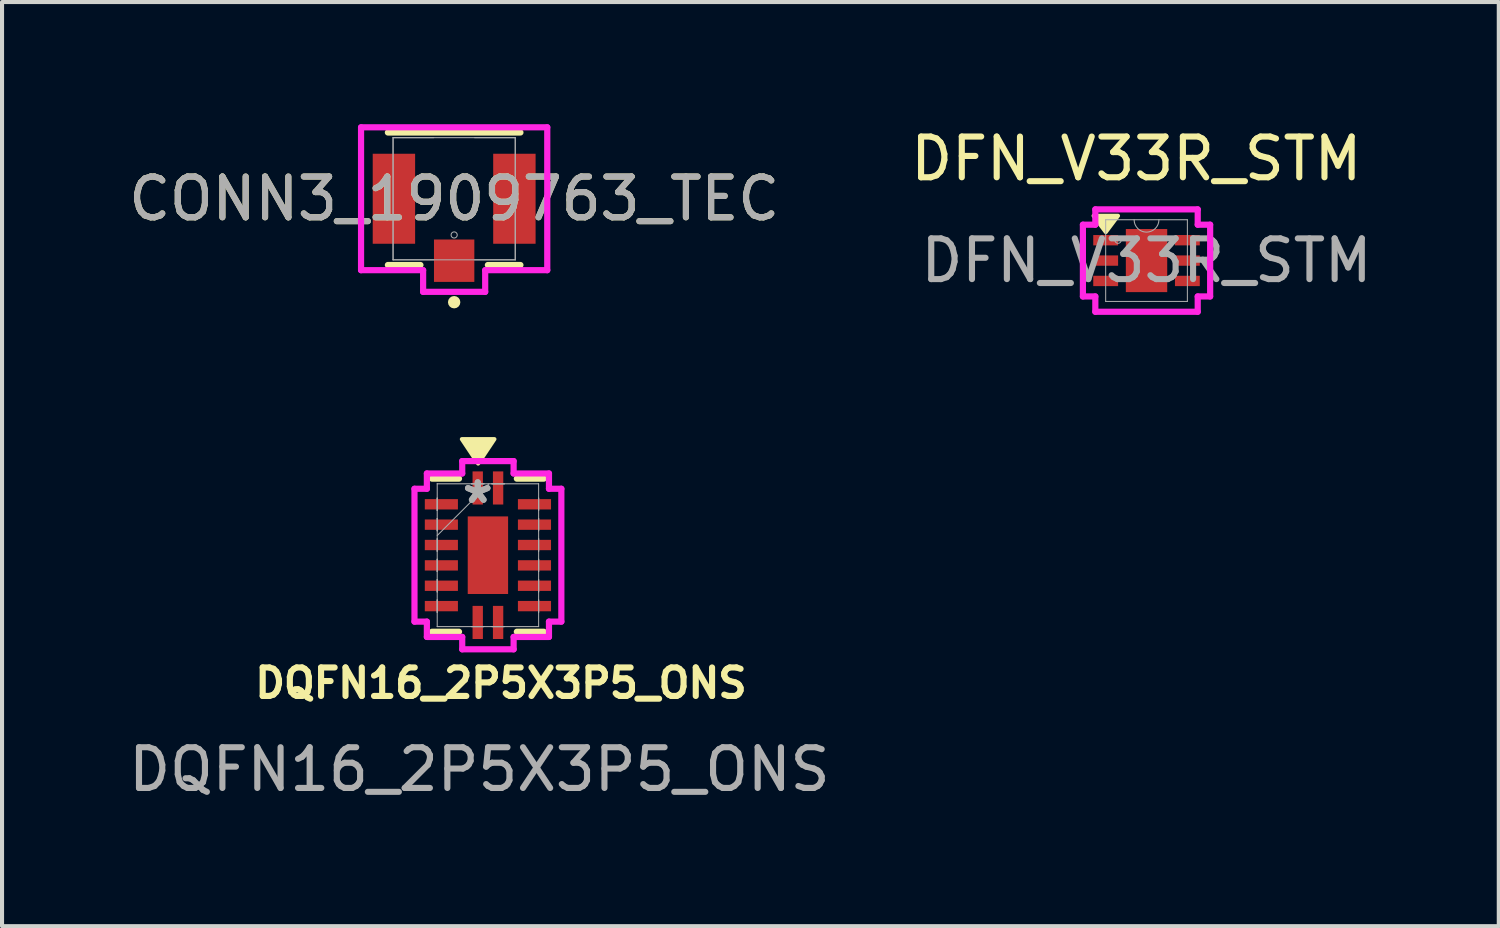
<source format=kicad_pcb>
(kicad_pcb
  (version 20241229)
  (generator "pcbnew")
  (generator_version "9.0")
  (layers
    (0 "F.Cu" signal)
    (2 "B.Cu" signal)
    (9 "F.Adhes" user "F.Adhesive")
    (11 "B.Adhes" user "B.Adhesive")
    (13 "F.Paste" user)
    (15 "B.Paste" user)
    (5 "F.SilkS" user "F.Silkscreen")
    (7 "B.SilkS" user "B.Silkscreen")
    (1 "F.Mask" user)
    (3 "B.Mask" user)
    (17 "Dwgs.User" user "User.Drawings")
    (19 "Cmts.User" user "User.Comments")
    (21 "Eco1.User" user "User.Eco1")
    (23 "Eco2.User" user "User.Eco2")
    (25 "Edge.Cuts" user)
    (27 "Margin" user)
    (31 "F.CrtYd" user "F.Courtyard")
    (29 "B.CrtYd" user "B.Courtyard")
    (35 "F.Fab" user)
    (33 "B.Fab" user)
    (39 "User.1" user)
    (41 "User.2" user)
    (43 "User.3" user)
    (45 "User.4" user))
  (footprint "CONN3_1909763_TEC"
    (layer "F.Cu")
    (at 8.101 1.83)
    (property "Reference" "CONN3_1909763_TEC" (at 0 0 0) (unlocked yes) (layer "F.SilkS") (effects (font (size 1 1) (thickness 0.15))))
    (attr smd)
    (fp_line (start -1.627 1.627) (end -0.828 1.627) (stroke (width 0.152) (type solid)) (layer "F.SilkS"))
    (fp_line (start 0.828 1.627) (end 1.627 1.627) (stroke (width 0.152) (type solid)) (layer "F.SilkS"))
    (fp_line (start 1.627 -1.627) (end -1.627 -1.627) (stroke (width 0.152) (type solid)) (layer "F.SilkS"))
    (fp_circle (center 0 2.54) (end 0.076 2.54) (stroke (width 0.152) (type solid)) (fill no) (layer "F.SilkS"))
    (fp_line (start -2.286 -1.754) (end 2.286 -1.754) (stroke (width 0.152) (type solid)) (layer "F.CrtYd"))
    (fp_line (start -2.286 1.754) (end -2.286 -1.754) (stroke (width 0.152) (type solid)) (layer "F.CrtYd"))
    (fp_line (start -2.286 1.754) (end -0.762 1.754) (stroke (width 0.152) (type solid)) (layer "F.CrtYd"))
    (fp_line (start -0.762 1.754) (end -0.762 2.286) (stroke (width 0.152) (type solid)) (layer "F.CrtYd"))
    (fp_line (start -0.762 2.286) (end 0.762 2.286) (stroke (width 0.152) (type solid)) (layer "F.CrtYd"))
    (fp_line (start 0.762 1.754) (end 0.762 2.286) (stroke (width 0.152) (type solid)) (layer "F.CrtYd"))
    (fp_line (start 2.286 1.754) (end 0.762 1.754) (stroke (width 0.152) (type solid)) (layer "F.CrtYd"))
    (fp_line (start 2.286 1.754) (end 2.286 -1.754) (stroke (width 0.152) (type solid)) (layer "F.CrtYd"))
    (fp_line (start -1.5 -1.5) (end -1.5 1.5) (stroke (width 0.025) (type solid)) (layer "F.Fab"))
    (fp_line (start -1.5 -1.5) (end -1.5 1.5) (stroke (width 0.025) (type solid)) (layer "F.Fab"))
    (fp_line (start -1.5 1.5) (end -0.5 1.5) (stroke (width 0.025) (type solid)) (layer "F.Fab"))
    (fp_line (start -1.5 1.5) (end 1.5 1.5) (stroke (width 0.025) (type solid)) (layer "F.Fab"))
    (fp_line (start -0.5 -1.5) (end -1.5 -1.5) (stroke (width 0.025) (type solid)) (layer "F.Fab"))
    (fp_line (start 0.5 1.5) (end 1.5 1.5) (stroke (width 0.025) (type solid)) (layer "F.Fab"))
    (fp_line (start 1.5 -1.5) (end -1.5 -1.5) (stroke (width 0.025) (type solid)) (layer "F.Fab"))
    (fp_line (start 1.5 -1.5) (end 0.5 -1.5) (stroke (width 0.025) (type solid)) (layer "F.Fab"))
    (fp_line (start 1.5 1.5) (end 1.5 -1.5) (stroke (width 0.025) (type solid)) (layer "F.Fab"))
    (fp_line (start 1.5 1.5) (end 1.5 -1.5) (stroke (width 0.025) (type solid)) (layer "F.Fab"))
    (fp_circle (center 0 0.889) (end 0.076 0.889) (stroke (width 0.025) (type solid)) (fill no) (layer "F.Fab"))
    (fp_text user "${REFERENCE}" (at 0 0 0) (unlocked yes) (layer "F.Fab") (effects (font (size 1 1) (thickness 0.15))))
    (pad "1" smd rect (at 0 1.521) (size 0.991 1.041) (layers "F.Cu" "F.Mask" "F.Paste"))
    (pad "2" smd rect (at -1.479 0) (size 1.041 2.21) (layers "F.Cu" "F.Mask" "F.Paste"))
    (pad "3" smd rect (at 1.479 0) (size 1.041 2.21) (layers "F.Cu" "F.Mask" "F.Paste")))
  (footprint "DQFN16_2P5X3P5_ONS"
    (layer "F.Cu")
    (at 8.93 10.582)
    (property "Reference" "DQFN16_2P5X3P5_ONS" (at 0.32 3.14 0) (unlocked yes) (layer "F.SilkS") (effects (font (size 0.7 0.7) (thickness 0.15))))
    (attr smd)
    (fp_line (start -1.372 1.88) (end -0.71 1.88) (stroke (width 0.152) (type solid)) (layer "F.SilkS"))
    (fp_line (start -0.71 -1.88) (end -1.372 -1.88) (stroke (width 0.152) (type solid)) (layer "F.SilkS"))
    (fp_line (start 0.71 1.88) (end 1.372 1.88) (stroke (width 0.152) (type solid)) (layer "F.SilkS"))
    (fp_line (start 1.372 -1.88) (end 0.71 -1.88) (stroke (width 0.152) (type solid)) (layer "F.SilkS"))
    (fp_poly (pts (xy -0.24 -2.25) (xy -0.64 -2.85) (xy 0.16 -2.85)) (stroke (width 0.1) (type solid)) (fill yes) (layer "F.SilkS"))
    (fp_line (start -1.803 -1.631) (end -1.499 -1.631) (stroke (width 0.152) (type solid)) (layer "F.CrtYd"))
    (fp_line (start -1.803 1.631) (end -1.803 -1.631) (stroke (width 0.152) (type solid)) (layer "F.CrtYd"))
    (fp_line (start -1.499 -2.007) (end -0.631 -2.007) (stroke (width 0.152) (type solid)) (layer "F.CrtYd"))
    (fp_line (start -1.499 -1.631) (end -1.499 -2.007) (stroke (width 0.152) (type solid)) (layer "F.CrtYd"))
    (fp_line (start -1.499 1.631) (end -1.803 1.631) (stroke (width 0.152) (type solid)) (layer "F.CrtYd"))
    (fp_line (start -1.499 2.007) (end -1.499 1.631) (stroke (width 0.152) (type solid)) (layer "F.CrtYd"))
    (fp_line (start -0.631 -2.311) (end 0.631 -2.311) (stroke (width 0.152) (type solid)) (layer "F.CrtYd"))
    (fp_line (start -0.631 -2.007) (end -0.631 -2.311) (stroke (width 0.152) (type solid)) (layer "F.CrtYd"))
    (fp_line (start -0.631 2.007) (end -1.499 2.007) (stroke (width 0.152) (type solid)) (layer "F.CrtYd"))
    (fp_line (start -0.631 2.311) (end -0.631 2.007) (stroke (width 0.152) (type solid)) (layer "F.CrtYd"))
    (fp_line (start 0.631 -2.311) (end 0.631 -2.007) (stroke (width 0.152) (type solid)) (layer "F.CrtYd"))
    (fp_line (start 0.631 -2.007) (end 1.499 -2.007) (stroke (width 0.152) (type solid)) (layer "F.CrtYd"))
    (fp_line (start 0.631 2.007) (end 0.631 2.311) (stroke (width 0.152) (type solid)) (layer "F.CrtYd"))
    (fp_line (start 0.631 2.311) (end -0.631 2.311) (stroke (width 0.152) (type solid)) (layer "F.CrtYd"))
    (fp_line (start 1.499 -2.007) (end 1.499 -1.631) (stroke (width 0.152) (type solid)) (layer "F.CrtYd"))
    (fp_line (start 1.499 -1.631) (end 1.803 -1.631) (stroke (width 0.152) (type solid)) (layer "F.CrtYd"))
    (fp_line (start 1.499 1.631) (end 1.499 2.007) (stroke (width 0.152) (type solid)) (layer "F.CrtYd"))
    (fp_line (start 1.499 2.007) (end 0.631 2.007) (stroke (width 0.152) (type solid)) (layer "F.CrtYd"))
    (fp_line (start 1.803 -1.631) (end 1.803 1.631) (stroke (width 0.152) (type solid)) (layer "F.CrtYd"))
    (fp_line (start 1.803 1.631) (end 1.499 1.631) (stroke (width 0.152) (type solid)) (layer "F.CrtYd"))
    (fp_line (start -1.245 -1.753) (end -1.245 -1.753) (stroke (width 0.025) (type solid)) (layer "F.Fab"))
    (fp_line (start -1.245 -1.753) (end -1.245 1.753) (stroke (width 0.025) (type solid)) (layer "F.Fab"))
    (fp_line (start -1.245 -1.402) (end -1.245 -1.402) (stroke (width 0.025) (type solid)) (layer "F.Fab"))
    (fp_line (start -1.245 -1.402) (end -1.245 -1.098) (stroke (width 0.025) (type solid)) (layer "F.Fab"))
    (fp_line (start -1.245 -1.098) (end -1.245 -1.402) (stroke (width 0.025) (type solid)) (layer "F.Fab"))
    (fp_line (start -1.245 -1.098) (end -1.245 -1.098) (stroke (width 0.025) (type solid)) (layer "F.Fab"))
    (fp_line (start -1.245 -0.902) (end -1.245 -0.902) (stroke (width 0.025) (type solid)) (layer "F.Fab"))
    (fp_line (start -1.245 -0.902) (end -1.245 -0.598) (stroke (width 0.025) (type solid)) (layer "F.Fab"))
    (fp_line (start -1.245 -0.598) (end -1.245 -0.902) (stroke (width 0.025) (type solid)) (layer "F.Fab"))
    (fp_line (start -1.245 -0.598) (end -1.245 -0.598) (stroke (width 0.025) (type solid)) (layer "F.Fab"))
    (fp_line (start -1.245 -0.483) (end 0.025 -1.753) (stroke (width 0.025) (type solid)) (layer "F.Fab"))
    (fp_line (start -1.245 -0.402) (end -1.245 -0.402) (stroke (width 0.025) (type solid)) (layer "F.Fab"))
    (fp_line (start -1.245 -0.402) (end -1.245 -0.098) (stroke (width 0.025) (type solid)) (layer "F.Fab"))
    (fp_line (start -1.245 -0.098) (end -1.245 -0.402) (stroke (width 0.025) (type solid)) (layer "F.Fab"))
    (fp_line (start -1.245 -0.098) (end -1.245 -0.098) (stroke (width 0.025) (type solid)) (layer "F.Fab"))
    (fp_line (start -1.245 0.098) (end -1.245 0.098) (stroke (width 0.025) (type solid)) (layer "F.Fab"))
    (fp_line (start -1.245 0.098) (end -1.245 0.402) (stroke (width 0.025) (type solid)) (layer "F.Fab"))
    (fp_line (start -1.245 0.402) (end -1.245 0.098) (stroke (width 0.025) (type solid)) (layer "F.Fab"))
    (fp_line (start -1.245 0.402) (end -1.245 0.402) (stroke (width 0.025) (type solid)) (layer "F.Fab"))
    (fp_line (start -1.245 0.598) (end -1.245 0.598) (stroke (width 0.025) (type solid)) (layer "F.Fab"))
    (fp_line (start -1.245 0.598) (end -1.245 0.902) (stroke (width 0.025) (type solid)) (layer "F.Fab"))
    (fp_line (start -1.245 0.902) (end -1.245 0.598) (stroke (width 0.025) (type solid)) (layer "F.Fab"))
    (fp_line (start -1.245 0.902) (end -1.245 0.902) (stroke (width 0.025) (type solid)) (layer "F.Fab"))
    (fp_line (start -1.245 1.098) (end -1.245 1.098) (stroke (width 0.025) (type solid)) (layer "F.Fab"))
    (fp_line (start -1.245 1.098) (end -1.245 1.402) (stroke (width 0.025) (type solid)) (layer "F.Fab"))
    (fp_line (start -1.245 1.402) (end -1.245 1.098) (stroke (width 0.025) (type solid)) (layer "F.Fab"))
    (fp_line (start -1.245 1.402) (end -1.245 1.402) (stroke (width 0.025) (type solid)) (layer "F.Fab"))
    (fp_line (start -1.245 1.753) (end -1.245 1.753) (stroke (width 0.025) (type solid)) (layer "F.Fab"))
    (fp_line (start -1.245 1.753) (end 1.245 1.753) (stroke (width 0.025) (type solid)) (layer "F.Fab"))
    (fp_line (start -0.402 -1.753) (end -0.402 -1.753) (stroke (width 0.025) (type solid)) (layer "F.Fab"))
    (fp_line (start -0.402 -1.753) (end -0.098 -1.753) (stroke (width 0.025) (type solid)) (layer "F.Fab"))
    (fp_line (start -0.402 1.753) (end -0.402 1.753) (stroke (width 0.025) (type solid)) (layer "F.Fab"))
    (fp_line (start -0.402 1.753) (end -0.098 1.753) (stroke (width 0.025) (type solid)) (layer "F.Fab"))
    (fp_line (start -0.098 -1.753) (end -0.402 -1.753) (stroke (width 0.025) (type solid)) (layer "F.Fab"))
    (fp_line (start -0.098 -1.753) (end -0.098 -1.753) (stroke (width 0.025) (type solid)) (layer "F.Fab"))
    (fp_line (start -0.098 1.753) (end -0.402 1.753) (stroke (width 0.025) (type solid)) (layer "F.Fab"))
    (fp_line (start -0.098 1.753) (end -0.098 1.753) (stroke (width 0.025) (type solid)) (layer "F.Fab"))
    (fp_line (start 0.098 -1.753) (end 0.098 -1.753) (stroke (width 0.025) (type solid)) (layer "F.Fab"))
    (fp_line (start 0.098 -1.753) (end 0.402 -1.753) (stroke (width 0.025) (type solid)) (layer "F.Fab"))
    (fp_line (start 0.098 1.753) (end 0.098 1.753) (stroke (width 0.025) (type solid)) (layer "F.Fab"))
    (fp_line (start 0.098 1.753) (end 0.402 1.753) (stroke (width 0.025) (type solid)) (layer "F.Fab"))
    (fp_line (start 0.402 -1.753) (end 0.098 -1.753) (stroke (width 0.025) (type solid)) (layer "F.Fab"))
    (fp_line (start 0.402 -1.753) (end 0.402 -1.753) (stroke (width 0.025) (type solid)) (layer "F.Fab"))
    (fp_line (start 0.402 1.753) (end 0.098 1.753) (stroke (width 0.025) (type solid)) (layer "F.Fab"))
    (fp_line (start 0.402 1.753) (end 0.402 1.753) (stroke (width 0.025) (type solid)) (layer "F.Fab"))
    (fp_line (start 1.245 -1.753) (end -1.245 -1.753) (stroke (width 0.025) (type solid)) (layer "F.Fab"))
    (fp_line (start 1.245 -1.753) (end 1.245 -1.753) (stroke (width 0.025) (type solid)) (layer "F.Fab"))
    (fp_line (start 1.245 -1.402) (end 1.245 -1.402) (stroke (width 0.025) (type solid)) (layer "F.Fab"))
    (fp_line (start 1.245 -1.402) (end 1.245 -1.098) (stroke (width 0.025) (type solid)) (layer "F.Fab"))
    (fp_line (start 1.245 -1.098) (end 1.245 -1.402) (stroke (width 0.025) (type solid)) (layer "F.Fab"))
    (fp_line (start 1.245 -1.098) (end 1.245 -1.098) (stroke (width 0.025) (type solid)) (layer "F.Fab"))
    (fp_line (start 1.245 -0.902) (end 1.245 -0.902) (stroke (width 0.025) (type solid)) (layer "F.Fab"))
    (fp_line (start 1.245 -0.902) (end 1.245 -0.598) (stroke (width 0.025) (type solid)) (layer "F.Fab"))
    (fp_line (start 1.245 -0.598) (end 1.245 -0.902) (stroke (width 0.025) (type solid)) (layer "F.Fab"))
    (fp_line (start 1.245 -0.598) (end 1.245 -0.598) (stroke (width 0.025) (type solid)) (layer "F.Fab"))
    (fp_line (start 1.245 -0.402) (end 1.245 -0.402) (stroke (width 0.025) (type solid)) (layer "F.Fab"))
    (fp_line (start 1.245 -0.402) (end 1.245 -0.098) (stroke (width 0.025) (type solid)) (layer "F.Fab"))
    (fp_line (start 1.245 -0.098) (end 1.245 -0.402) (stroke (width 0.025) (type solid)) (layer "F.Fab"))
    (fp_line (start 1.245 -0.098) (end 1.245 -0.098) (stroke (width 0.025) (type solid)) (layer "F.Fab"))
    (fp_line (start 1.245 0.098) (end 1.245 0.098) (stroke (width 0.025) (type solid)) (layer "F.Fab"))
    (fp_line (start 1.245 0.098) (end 1.245 0.402) (stroke (width 0.025) (type solid)) (layer "F.Fab"))
    (fp_line (start 1.245 0.402) (end 1.245 0.098) (stroke (width 0.025) (type solid)) (layer "F.Fab"))
    (fp_line (start 1.245 0.402) (end 1.245 0.402) (stroke (width 0.025) (type solid)) (layer "F.Fab"))
    (fp_line (start 1.245 0.598) (end 1.245 0.598) (stroke (width 0.025) (type solid)) (layer "F.Fab"))
    (fp_line (start 1.245 0.598) (end 1.245 0.902) (stroke (width 0.025) (type solid)) (layer "F.Fab"))
    (fp_line (start 1.245 0.902) (end 1.245 0.598) (stroke (width 0.025) (type solid)) (layer "F.Fab"))
    (fp_line (start 1.245 0.902) (end 1.245 0.902) (stroke (width 0.025) (type solid)) (layer "F.Fab"))
    (fp_line (start 1.245 1.098) (end 1.245 1.098) (stroke (width 0.025) (type solid)) (layer "F.Fab"))
    (fp_line (start 1.245 1.098) (end 1.245 1.402) (stroke (width 0.025) (type solid)) (layer "F.Fab"))
    (fp_line (start 1.245 1.402) (end 1.245 1.098) (stroke (width 0.025) (type solid)) (layer "F.Fab"))
    (fp_line (start 1.245 1.402) (end 1.245 1.402) (stroke (width 0.025) (type solid)) (layer "F.Fab"))
    (fp_line (start 1.245 1.753) (end 1.245 -1.753) (stroke (width 0.025) (type solid)) (layer "F.Fab"))
    (fp_line (start 1.245 1.753) (end 1.245 1.753) (stroke (width 0.025) (type solid)) (layer "F.Fab"))
    (fp_text user "${REFERENCE}" (at -0.21 5.26 0) (unlocked yes) (layer "F.Fab") (effects (font (size 1 1) (thickness 0.15))))
    (fp_text user "*" (at -0.25 -1.245 0) (unlocked yes) (layer "F.Fab") (effects (font (size 1 1) (thickness 0.15))))
    (fp_text user "*" (at -0.25 -1.245 0) (layer "F.Fab") (effects (font (size 1 1) (thickness 0.15))))
    (pad "1" smd rect (at -0.25 -1.651) (size 0.254 0.813) (layers "F.Cu" "F.Mask" "F.Paste"))
    (pad "2" smd rect (at -1.143 -1.25 90) (size 0.254 0.813) (layers "F.Cu" "F.Mask" "F.Paste"))
    (pad "3" smd rect (at -1.143 -0.75 90) (size 0.254 0.813) (layers "F.Cu" "F.Mask" "F.Paste"))
    (pad "4" smd rect (at -1.143 -0.25 90) (size 0.254 0.813) (layers "F.Cu" "F.Mask" "F.Paste"))
    (pad "5" smd rect (at -1.143 0.25 90) (size 0.254 0.813) (layers "F.Cu" "F.Mask" "F.Paste"))
    (pad "6" smd rect (at -1.143 0.75 90) (size 0.254 0.813) (layers "F.Cu" "F.Mask" "F.Paste"))
    (pad "7" smd rect (at -1.143 1.25 90) (size 0.254 0.813) (layers "F.Cu" "F.Mask" "F.Paste"))
    (pad "8" smd rect (at -0.25 1.651) (size 0.254 0.813) (layers "F.Cu" "F.Mask" "F.Paste"))
    (pad "9" smd rect (at 0.25 1.651) (size 0.254 0.813) (layers "F.Cu" "F.Mask" "F.Paste"))
    (pad "10" smd rect (at 1.143 1.25 90) (size 0.254 0.813) (layers "F.Cu" "F.Mask" "F.Paste"))
    (pad "11" smd rect (at 1.143 0.75 90) (size 0.254 0.813) (layers "F.Cu" "F.Mask" "F.Paste"))
    (pad "12" smd rect (at 1.143 0.25 90) (size 0.254 0.813) (layers "F.Cu" "F.Mask" "F.Paste"))
    (pad "13" smd rect (at 1.143 -0.25 90) (size 0.254 0.813) (layers "F.Cu" "F.Mask" "F.Paste"))
    (pad "14" smd rect (at 1.143 -0.75 90) (size 0.254 0.813) (layers "F.Cu" "F.Mask" "F.Paste"))
    (pad "15" smd rect (at 1.143 -1.25 90) (size 0.254 0.813) (layers "F.Cu" "F.Mask" "F.Paste"))
    (pad "16" smd rect (at 0.25 -1.651) (size 0.254 0.813) (layers "F.Cu" "F.Mask" "F.Paste"))
    (pad "17" smd rect (at 0 0) (size 0.991 1.905) (layers "F.Cu" "F.Mask" "F.Paste")))
  (footprint "DFN_V33R_STM"
    (layer "F.Cu")
    (at 25.101 3.348)
    (property "Reference" "DFN_V33R_STM" (at -0.25 -2.5 0) (unlocked yes) (layer "F.SilkS") (effects (font (size 1 1) (thickness 0.15))))
    (attr smd)
    (fp_poly (pts (xy -1 -0.7) (xy -0.7 -1.1) (xy -1.3 -1.1)) (stroke (width 0.1) (type solid)) (fill yes) (layer "F.SilkS"))
    (fp_line (start -1.562 -0.881) (end -1.257 -0.881) (stroke (width 0.152) (type solid)) (layer "F.CrtYd"))
    (fp_line (start -1.562 0.881) (end -1.562 -0.881) (stroke (width 0.152) (type solid)) (layer "F.CrtYd"))
    (fp_line (start -1.562 0.881) (end -1.257 0.881) (stroke (width 0.152) (type solid)) (layer "F.CrtYd"))
    (fp_line (start -1.257 -1.257) (end 1.257 -1.257) (stroke (width 0.152) (type solid)) (layer "F.CrtYd"))
    (fp_line (start -1.257 -0.881) (end -1.257 -1.257) (stroke (width 0.152) (type solid)) (layer "F.CrtYd"))
    (fp_line (start -1.257 1.257) (end -1.257 0.881) (stroke (width 0.152) (type solid)) (layer "F.CrtYd"))
    (fp_line (start 1.257 -1.257) (end 1.257 -0.881) (stroke (width 0.152) (type solid)) (layer "F.CrtYd"))
    (fp_line (start 1.257 0.881) (end 1.257 1.257) (stroke (width 0.152) (type solid)) (layer "F.CrtYd"))
    (fp_line (start 1.257 1.257) (end -1.257 1.257) (stroke (width 0.152) (type solid)) (layer "F.CrtYd"))
    (fp_line (start 1.562 -0.881) (end 1.257 -0.881) (stroke (width 0.152) (type solid)) (layer "F.CrtYd"))
    (fp_line (start 1.562 -0.881) (end 1.562 0.881) (stroke (width 0.152) (type solid)) (layer "F.CrtYd"))
    (fp_line (start 1.562 0.881) (end 1.257 0.881) (stroke (width 0.152) (type solid)) (layer "F.CrtYd"))
    (fp_line (start -1.003 -1.003) (end -1.003 1.003) (stroke (width 0.025) (type solid)) (layer "F.Fab"))
    (fp_line (start -1.003 1.003) (end 1.003 1.003) (stroke (width 0.025) (type solid)) (layer "F.Fab"))
    (fp_line (start 1.003 -1.003) (end -1.003 -1.003) (stroke (width 0.025) (type solid)) (layer "F.Fab"))
    (fp_line (start 1.003 1.003) (end 1.003 -1.003) (stroke (width 0.025) (type solid)) (layer "F.Fab"))
    (fp_arc (start 0.3048 -1.0033) (mid 0 -0.6985) (end -0.3048 -1.0033) (stroke (width 0.0254) (type solid)) (layer "F.Fab"))
    (fp_circle (center -0.699 -0.5) (end -0.622 -0.5) (stroke (width 0.025) (type solid)) (fill no) (layer "F.Fab"))
    (fp_text user "${REFERENCE}" (at 0 0 0) (unlocked yes) (layer "F.Fab") (effects (font (size 1 1) (thickness 0.15))))
    (pad "1" smd rect (at -1.003 -0.5) (size 0.61 0.254) (layers "F.Cu" "F.Mask" "F.Paste"))
    (pad "2" smd rect (at -1.003 0) (size 0.61 0.254) (layers "F.Cu" "F.Mask" "F.Paste"))
    (pad "3" smd rect (at -1.003 0.5) (size 0.61 0.254) (layers "F.Cu" "F.Mask" "F.Paste"))
    (pad "4" smd rect (at 1.003 0.5) (size 0.61 0.254) (layers "F.Cu" "F.Mask" "F.Paste"))
    (pad "5" smd rect (at 1.003 0) (size 0.61 0.254) (layers "F.Cu" "F.Mask" "F.Paste"))
    (pad "6" smd rect (at 1.003 -0.5) (size 0.61 0.254) (layers "F.Cu" "F.Mask" "F.Paste"))
    (pad "7" smd rect (at 0 0) (size 1.016 1.549) (layers "F.Cu" "F.Mask" "F.Paste")))
  (gr_rect
    (start -3 -3)
    (end 33.75 19.69)
    (stroke (width 0.1) (type default))
    (fill no)
    (layer "Edge.Cuts")))
</source>
